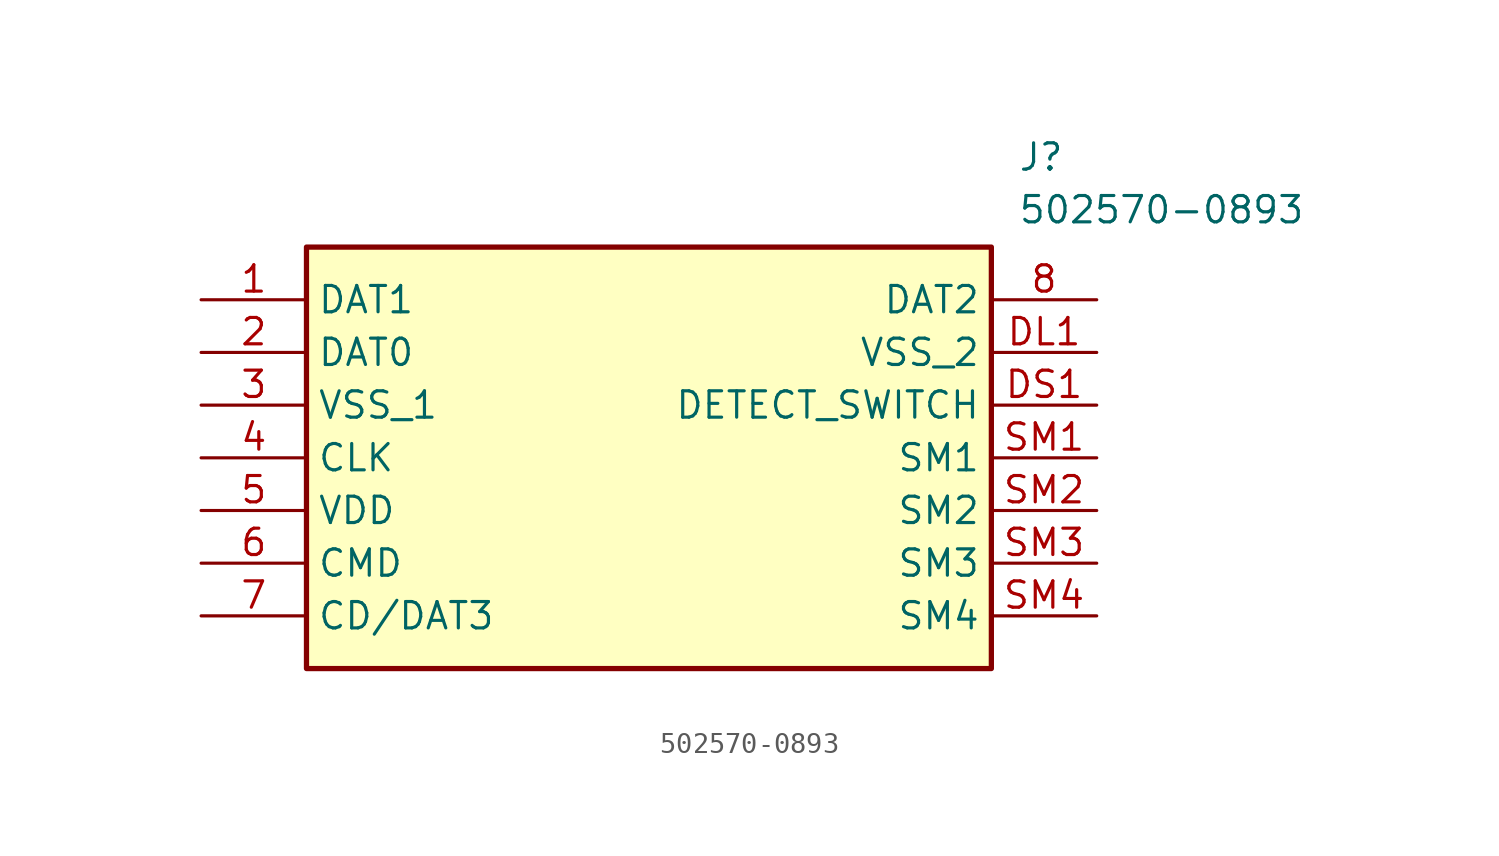
<source format=kicad_sym>
(kicad_symbol_lib
  (version 20211014)
  (generator SamacSys_ECAD_Model)
  (symbol "502570-0893"
    (property "Reference" "J"
      (at 39.37 7.62 0)
      (effects (font (size 1.27 1.27)) (justify left top)))
    (property "Value" "502570-0893"
      (at 39.37 5.08 0)
      (effects (font (size 1.27 1.27)) (justify left top)))
    (rectangle
      (start 5.08 2.54)
      (end 38.1 -17.78)
      (stroke (width 0.254) (type default))
      (fill (type background)))
    (pin passive line
      (at 0 0 0)
      (length 5.08)
      (name "DAT1" (effects (font (size 1.27 1.27))))
      (number "1" (effects (font (size 1.27 1.27)))))
    (pin passive line
      (at 0 -2.54 0)
      (length 5.08)
      (name "DAT0" (effects (font (size 1.27 1.27))))
      (number "2" (effects (font (size 1.27 1.27)))))
    (pin passive line
      (at 0 -5.08 0)
      (length 5.08)
      (name "VSS_1" (effects (font (size 1.27 1.27))))
      (number "3" (effects (font (size 1.27 1.27)))))
    (pin passive line
      (at 0 -7.62 0)
      (length 5.08)
      (name "CLK" (effects (font (size 1.27 1.27))))
      (number "4" (effects (font (size 1.27 1.27)))))
    (pin passive line
      (at 0 -10.16 0)
      (length 5.08)
      (name "VDD" (effects (font (size 1.27 1.27))))
      (number "5" (effects (font (size 1.27 1.27)))))
    (pin passive line
      (at 0 -12.7 0)
      (length 5.08)
      (name "CMD" (effects (font (size 1.27 1.27))))
      (number "6" (effects (font (size 1.27 1.27)))))
    (pin passive line
      (at 0 -15.24 0)
      (length 5.08)
      (name "CD/DAT3" (effects (font (size 1.27 1.27))))
      (number "7" (effects (font (size 1.27 1.27)))))
    (pin passive line
      (at 43.18 0 180)
      (length 5.08)
      (name "DAT2" (effects (font (size 1.27 1.27))))
      (number "8" (effects (font (size 1.27 1.27)))))
    (pin passive line
      (at 43.18 -2.54 180)
      (length 5.08)
      (name "VSS_2" (effects (font (size 1.27 1.27))))
      (number "DL1" (effects (font (size 1.27 1.27)))))
    (pin passive line
      (at 43.18 -5.08 180)
      (length 5.08)
      (name "DETECT_SWITCH" (effects (font (size 1.27 1.27))))
      (number "DS1" (effects (font (size 1.27 1.27)))))
    (pin passive line
      (at 43.18 -7.62 180)
      (length 5.08)
      (name "SM1" (effects (font (size 1.27 1.27))))
      (number "SM1" (effects (font (size 1.27 1.27)))))
    (pin passive line
      (at 43.18 -10.16 180)
      (length 5.08)
      (name "SM2" (effects (font (size 1.27 1.27))))
      (number "SM2" (effects (font (size 1.27 1.27)))))
    (pin passive line
      (at 43.18 -12.7 180)
      (length 5.08)
      (name "SM3" (effects (font (size 1.27 1.27))))
      (number "SM3" (effects (font (size 1.27 1.27)))))
    (pin passive line
      (at 43.18 -15.24 180)
      (length 5.08)
      (name "SM4" (effects (font (size 1.27 1.27))))
      (number "SM4" (effects (font (size 1.27 1.27)))))))
</source>
